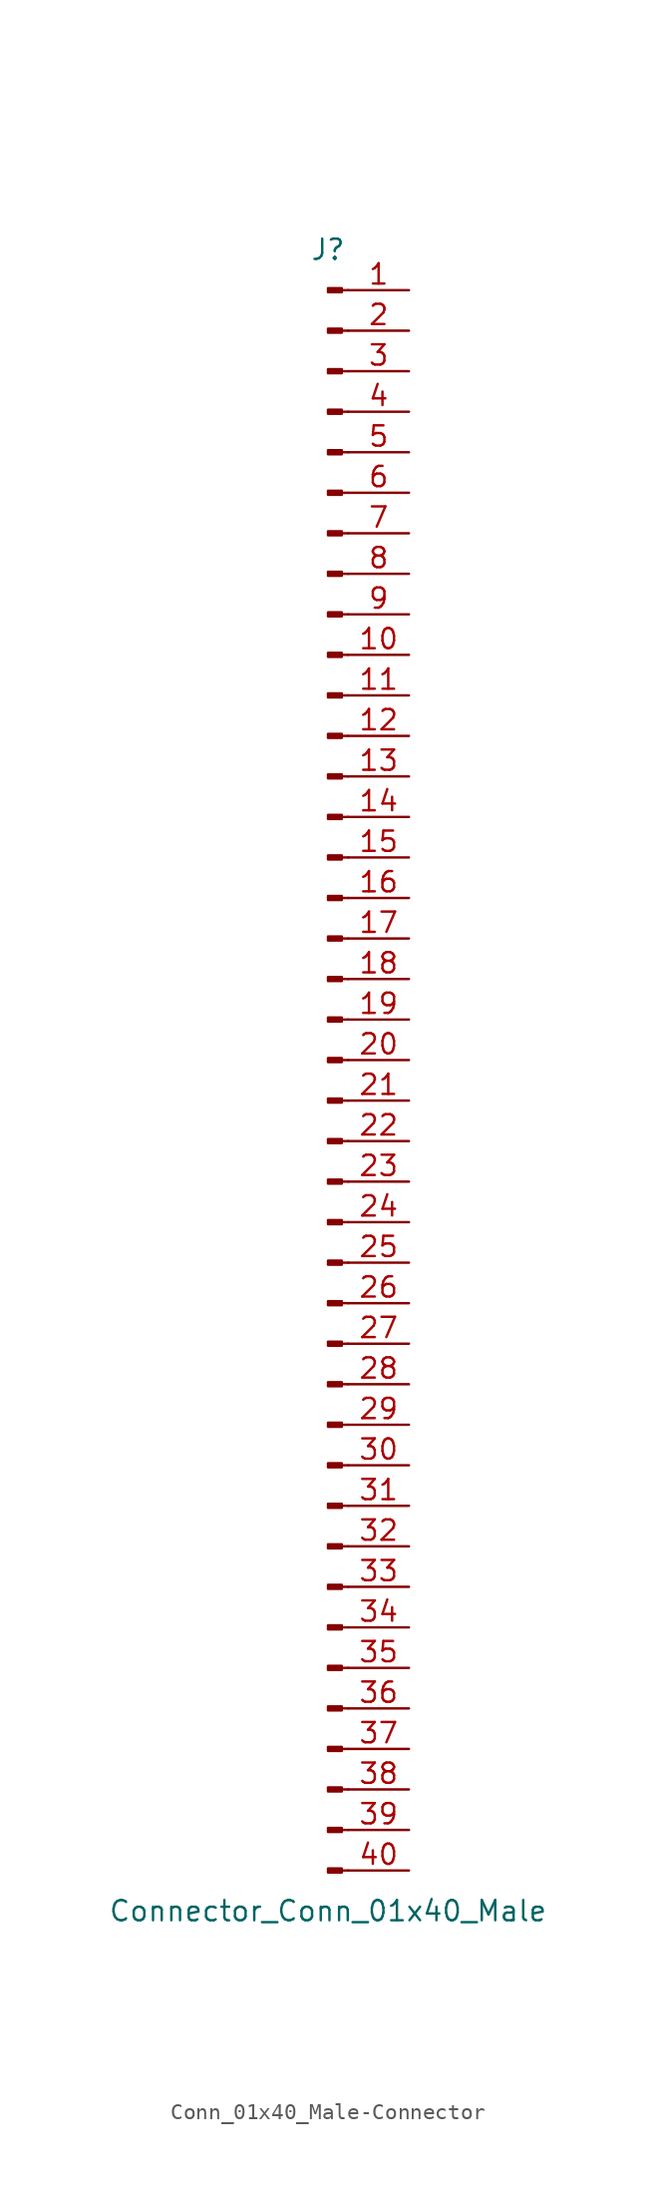
<source format=kicad_sym>
(kicad_symbol_lib
  (version 20231120)
  (generator "kicad_symbol_editor")
  (generator_version "8.0")
  (symbol "Conn_01x40_Male-Connector"
    (pin_names
      (offset 1.016) hide)
    (property "Reference" "J"
      (at 0 50.8 0)
      (effects (font (size 1.27 1.27))))
    (property "Value" "Connector_Conn_01x40_Male"
      (at 0 -53.34 0)
      (effects (font (size 1.27 1.27))))
    (symbol "Conn_01x40_Male-Connector_1_1"
      (polyline (pts (xy 1.27 -50.8) (xy 0.864 -50.8)) (stroke (width 0.152) (type solid)) (fill (type none)))
      (polyline (pts (xy 1.27 -48.26) (xy 0.864 -48.26)) (stroke (width 0.152) (type solid)) (fill (type none)))
      (polyline (pts (xy 1.27 -45.72) (xy 0.864 -45.72)) (stroke (width 0.152) (type solid)) (fill (type none)))
      (polyline (pts (xy 1.27 -43.18) (xy 0.864 -43.18)) (stroke (width 0.152) (type solid)) (fill (type none)))
      (polyline (pts (xy 1.27 -40.64) (xy 0.864 -40.64)) (stroke (width 0.152) (type solid)) (fill (type none)))
      (polyline (pts (xy 1.27 -38.1) (xy 0.864 -38.1)) (stroke (width 0.152) (type solid)) (fill (type none)))
      (polyline (pts (xy 1.27 -35.56) (xy 0.864 -35.56)) (stroke (width 0.152) (type solid)) (fill (type none)))
      (polyline (pts (xy 1.27 -33.02) (xy 0.864 -33.02)) (stroke (width 0.152) (type solid)) (fill (type none)))
      (polyline (pts (xy 1.27 -30.48) (xy 0.864 -30.48)) (stroke (width 0.152) (type solid)) (fill (type none)))
      (polyline (pts (xy 1.27 -27.94) (xy 0.864 -27.94)) (stroke (width 0.152) (type solid)) (fill (type none)))
      (polyline (pts (xy 1.27 -25.4) (xy 0.864 -25.4)) (stroke (width 0.152) (type solid)) (fill (type none)))
      (polyline (pts (xy 1.27 -22.86) (xy 0.864 -22.86)) (stroke (width 0.152) (type solid)) (fill (type none)))
      (polyline (pts (xy 1.27 -20.32) (xy 0.864 -20.32)) (stroke (width 0.152) (type solid)) (fill (type none)))
      (polyline (pts (xy 1.27 -17.78) (xy 0.864 -17.78)) (stroke (width 0.152) (type solid)) (fill (type none)))
      (polyline (pts (xy 1.27 -15.24) (xy 0.864 -15.24)) (stroke (width 0.152) (type solid)) (fill (type none)))
      (polyline (pts (xy 1.27 -12.7) (xy 0.864 -12.7)) (stroke (width 0.152) (type solid)) (fill (type none)))
      (polyline (pts (xy 1.27 -10.16) (xy 0.864 -10.16)) (stroke (width 0.152) (type solid)) (fill (type none)))
      (polyline (pts (xy 1.27 -7.62) (xy 0.864 -7.62)) (stroke (width 0.152) (type solid)) (fill (type none)))
      (polyline (pts (xy 1.27 -5.08) (xy 0.864 -5.08)) (stroke (width 0.152) (type solid)) (fill (type none)))
      (polyline (pts (xy 1.27 -2.54) (xy 0.864 -2.54)) (stroke (width 0.152) (type solid)) (fill (type none)))
      (polyline (pts (xy 1.27 0) (xy 0.864 0)) (stroke (width 0.152) (type solid)) (fill (type none)))
      (polyline (pts (xy 1.27 2.54) (xy 0.864 2.54)) (stroke (width 0.152) (type solid)) (fill (type none)))
      (polyline (pts (xy 1.27 5.08) (xy 0.864 5.08)) (stroke (width 0.152) (type solid)) (fill (type none)))
      (polyline (pts (xy 1.27 7.62) (xy 0.864 7.62)) (stroke (width 0.152) (type solid)) (fill (type none)))
      (polyline (pts (xy 1.27 10.16) (xy 0.864 10.16)) (stroke (width 0.152) (type solid)) (fill (type none)))
      (polyline (pts (xy 1.27 12.7) (xy 0.864 12.7)) (stroke (width 0.152) (type solid)) (fill (type none)))
      (polyline (pts (xy 1.27 15.24) (xy 0.864 15.24)) (stroke (width 0.152) (type solid)) (fill (type none)))
      (polyline (pts (xy 1.27 17.78) (xy 0.864 17.78)) (stroke (width 0.152) (type solid)) (fill (type none)))
      (polyline (pts (xy 1.27 20.32) (xy 0.864 20.32)) (stroke (width 0.152) (type solid)) (fill (type none)))
      (polyline (pts (xy 1.27 22.86) (xy 0.864 22.86)) (stroke (width 0.152) (type solid)) (fill (type none)))
      (polyline (pts (xy 1.27 25.4) (xy 0.864 25.4)) (stroke (width 0.152) (type solid)) (fill (type none)))
      (polyline (pts (xy 1.27 27.94) (xy 0.864 27.94)) (stroke (width 0.152) (type solid)) (fill (type none)))
      (polyline (pts (xy 1.27 30.48) (xy 0.864 30.48)) (stroke (width 0.152) (type solid)) (fill (type none)))
      (polyline (pts (xy 1.27 33.02) (xy 0.864 33.02)) (stroke (width 0.152) (type solid)) (fill (type none)))
      (polyline (pts (xy 1.27 35.56) (xy 0.864 35.56)) (stroke (width 0.152) (type solid)) (fill (type none)))
      (polyline (pts (xy 1.27 38.1) (xy 0.864 38.1)) (stroke (width 0.152) (type solid)) (fill (type none)))
      (polyline (pts (xy 1.27 40.64) (xy 0.864 40.64)) (stroke (width 0.152) (type solid)) (fill (type none)))
      (polyline (pts (xy 1.27 43.18) (xy 0.864 43.18)) (stroke (width 0.152) (type solid)) (fill (type none)))
      (polyline (pts (xy 1.27 45.72) (xy 0.864 45.72)) (stroke (width 0.152) (type solid)) (fill (type none)))
      (polyline (pts (xy 1.27 48.26) (xy 0.864 48.26)) (stroke (width 0.152) (type solid)) (fill (type none)))
      (rectangle (start 0.864 -50.673) (end 0 -50.927) (stroke (width 0.152) (type solid)) (fill (type outline)))
      (rectangle (start 0.864 -48.133) (end 0 -48.387) (stroke (width 0.152) (type solid)) (fill (type outline)))
      (rectangle (start 0.864 -45.593) (end 0 -45.847) (stroke (width 0.152) (type solid)) (fill (type outline)))
      (rectangle (start 0.864 -43.053) (end 0 -43.307) (stroke (width 0.152) (type solid)) (fill (type outline)))
      (rectangle (start 0.864 -40.513) (end 0 -40.767) (stroke (width 0.152) (type solid)) (fill (type outline)))
      (rectangle (start 0.864 -37.973) (end 0 -38.227) (stroke (width 0.152) (type solid)) (fill (type outline)))
      (rectangle (start 0.864 -35.433) (end 0 -35.687) (stroke (width 0.152) (type solid)) (fill (type outline)))
      (rectangle (start 0.864 -32.893) (end 0 -33.147) (stroke (width 0.152) (type solid)) (fill (type outline)))
      (rectangle (start 0.864 -30.353) (end 0 -30.607) (stroke (width 0.152) (type solid)) (fill (type outline)))
      (rectangle (start 0.864 -27.813) (end 0 -28.067) (stroke (width 0.152) (type solid)) (fill (type outline)))
      (rectangle (start 0.864 -25.273) (end 0 -25.527) (stroke (width 0.152) (type solid)) (fill (type outline)))
      (rectangle (start 0.864 -22.733) (end 0 -22.987) (stroke (width 0.152) (type solid)) (fill (type outline)))
      (rectangle (start 0.864 -20.193) (end 0 -20.447) (stroke (width 0.152) (type solid)) (fill (type outline)))
      (rectangle (start 0.864 -17.653) (end 0 -17.907) (stroke (width 0.152) (type solid)) (fill (type outline)))
      (rectangle (start 0.864 -15.113) (end 0 -15.367) (stroke (width 0.152) (type solid)) (fill (type outline)))
      (rectangle (start 0.864 -12.573) (end 0 -12.827) (stroke (width 0.152) (type solid)) (fill (type outline)))
      (rectangle (start 0.864 -10.033) (end 0 -10.287) (stroke (width 0.152) (type solid)) (fill (type outline)))
      (rectangle (start 0.864 -7.493) (end 0 -7.747) (stroke (width 0.152) (type solid)) (fill (type outline)))
      (rectangle (start 0.864 -4.953) (end 0 -5.207) (stroke (width 0.152) (type solid)) (fill (type outline)))
      (rectangle (start 0.864 -2.413) (end 0 -2.667) (stroke (width 0.152) (type solid)) (fill (type outline)))
      (rectangle (start 0.864 0.127) (end 0 -0.127) (stroke (width 0.152) (type solid)) (fill (type outline)))
      (rectangle (start 0.864 2.667) (end 0 2.413) (stroke (width 0.152) (type solid)) (fill (type outline)))
      (rectangle (start 0.864 5.207) (end 0 4.953) (stroke (width 0.152) (type solid)) (fill (type outline)))
      (rectangle (start 0.864 7.747) (end 0 7.493) (stroke (width 0.152) (type solid)) (fill (type outline)))
      (rectangle (start 0.864 10.287) (end 0 10.033) (stroke (width 0.152) (type solid)) (fill (type outline)))
      (rectangle (start 0.864 12.827) (end 0 12.573) (stroke (width 0.152) (type solid)) (fill (type outline)))
      (rectangle (start 0.864 15.367) (end 0 15.113) (stroke (width 0.152) (type solid)) (fill (type outline)))
      (rectangle (start 0.864 17.907) (end 0 17.653) (stroke (width 0.152) (type solid)) (fill (type outline)))
      (rectangle (start 0.864 20.447) (end 0 20.193) (stroke (width 0.152) (type solid)) (fill (type outline)))
      (rectangle (start 0.864 22.987) (end 0 22.733) (stroke (width 0.152) (type solid)) (fill (type outline)))
      (rectangle (start 0.864 25.527) (end 0 25.273) (stroke (width 0.152) (type solid)) (fill (type outline)))
      (rectangle (start 0.864 28.067) (end 0 27.813) (stroke (width 0.152) (type solid)) (fill (type outline)))
      (rectangle (start 0.864 30.607) (end 0 30.353) (stroke (width 0.152) (type solid)) (fill (type outline)))
      (rectangle (start 0.864 33.147) (end 0 32.893) (stroke (width 0.152) (type solid)) (fill (type outline)))
      (rectangle (start 0.864 35.687) (end 0 35.433) (stroke (width 0.152) (type solid)) (fill (type outline)))
      (rectangle (start 0.864 38.227) (end 0 37.973) (stroke (width 0.152) (type solid)) (fill (type outline)))
      (rectangle (start 0.864 40.767) (end 0 40.513) (stroke (width 0.152) (type solid)) (fill (type outline)))
      (rectangle (start 0.864 43.307) (end 0 43.053) (stroke (width 0.152) (type solid)) (fill (type outline)))
      (rectangle (start 0.864 45.847) (end 0 45.593) (stroke (width 0.152) (type solid)) (fill (type outline)))
      (rectangle (start 0.864 48.387) (end 0 48.133) (stroke (width 0.152) (type solid)) (fill (type outline)))
      (pin passive line (at 5.08 48.26 180) (length 3.81) (name "Pin_1" (effects (font (size 1.27 1.27)))) (number "1" (effects (font (size 1.27 1.27)))))
      (pin passive line (at 5.08 25.4 180) (length 3.81) (name "Pin_10" (effects (font (size 1.27 1.27)))) (number "10" (effects (font (size 1.27 1.27)))))
      (pin passive line (at 5.08 22.86 180) (length 3.81) (name "Pin_11" (effects (font (size 1.27 1.27)))) (number "11" (effects (font (size 1.27 1.27)))))
      (pin passive line (at 5.08 20.32 180) (length 3.81) (name "Pin_12" (effects (font (size 1.27 1.27)))) (number "12" (effects (font (size 1.27 1.27)))))
      (pin passive line (at 5.08 17.78 180) (length 3.81) (name "Pin_13" (effects (font (size 1.27 1.27)))) (number "13" (effects (font (size 1.27 1.27)))))
      (pin passive line (at 5.08 15.24 180) (length 3.81) (name "Pin_14" (effects (font (size 1.27 1.27)))) (number "14" (effects (font (size 1.27 1.27)))))
      (pin passive line (at 5.08 12.7 180) (length 3.81) (name "Pin_15" (effects (font (size 1.27 1.27)))) (number "15" (effects (font (size 1.27 1.27)))))
      (pin passive line (at 5.08 10.16 180) (length 3.81) (name "Pin_16" (effects (font (size 1.27 1.27)))) (number "16" (effects (font (size 1.27 1.27)))))
      (pin passive line (at 5.08 7.62 180) (length 3.81) (name "Pin_17" (effects (font (size 1.27 1.27)))) (number "17" (effects (font (size 1.27 1.27)))))
      (pin passive line (at 5.08 5.08 180) (length 3.81) (name "Pin_18" (effects (font (size 1.27 1.27)))) (number "18" (effects (font (size 1.27 1.27)))))
      (pin passive line (at 5.08 2.54 180) (length 3.81) (name "Pin_19" (effects (font (size 1.27 1.27)))) (number "19" (effects (font (size 1.27 1.27)))))
      (pin passive line (at 5.08 45.72 180) (length 3.81) (name "Pin_2" (effects (font (size 1.27 1.27)))) (number "2" (effects (font (size 1.27 1.27)))))
      (pin passive line (at 5.08 0 180) (length 3.81) (name "Pin_20" (effects (font (size 1.27 1.27)))) (number "20" (effects (font (size 1.27 1.27)))))
      (pin passive line (at 5.08 -2.54 180) (length 3.81) (name "Pin_21" (effects (font (size 1.27 1.27)))) (number "21" (effects (font (size 1.27 1.27)))))
      (pin passive line (at 5.08 -5.08 180) (length 3.81) (name "Pin_22" (effects (font (size 1.27 1.27)))) (number "22" (effects (font (size 1.27 1.27)))))
      (pin passive line (at 5.08 -7.62 180) (length 3.81) (name "Pin_23" (effects (font (size 1.27 1.27)))) (number "23" (effects (font (size 1.27 1.27)))))
      (pin passive line (at 5.08 -10.16 180) (length 3.81) (name "Pin_24" (effects (font (size 1.27 1.27)))) (number "24" (effects (font (size 1.27 1.27)))))
      (pin passive line (at 5.08 -12.7 180) (length 3.81) (name "Pin_25" (effects (font (size 1.27 1.27)))) (number "25" (effects (font (size 1.27 1.27)))))
      (pin passive line (at 5.08 -15.24 180) (length 3.81) (name "Pin_26" (effects (font (size 1.27 1.27)))) (number "26" (effects (font (size 1.27 1.27)))))
      (pin passive line (at 5.08 -17.78 180) (length 3.81) (name "Pin_27" (effects (font (size 1.27 1.27)))) (number "27" (effects (font (size 1.27 1.27)))))
      (pin passive line (at 5.08 -20.32 180) (length 3.81) (name "Pin_28" (effects (font (size 1.27 1.27)))) (number "28" (effects (font (size 1.27 1.27)))))
      (pin passive line (at 5.08 -22.86 180) (length 3.81) (name "Pin_29" (effects (font (size 1.27 1.27)))) (number "29" (effects (font (size 1.27 1.27)))))
      (pin passive line (at 5.08 43.18 180) (length 3.81) (name "Pin_3" (effects (font (size 1.27 1.27)))) (number "3" (effects (font (size 1.27 1.27)))))
      (pin passive line (at 5.08 -25.4 180) (length 3.81) (name "Pin_30" (effects (font (size 1.27 1.27)))) (number "30" (effects (font (size 1.27 1.27)))))
      (pin passive line (at 5.08 -27.94 180) (length 3.81) (name "Pin_31" (effects (font (size 1.27 1.27)))) (number "31" (effects (font (size 1.27 1.27)))))
      (pin passive line (at 5.08 -30.48 180) (length 3.81) (name "Pin_32" (effects (font (size 1.27 1.27)))) (number "32" (effects (font (size 1.27 1.27)))))
      (pin passive line (at 5.08 -33.02 180) (length 3.81) (name "Pin_33" (effects (font (size 1.27 1.27)))) (number "33" (effects (font (size 1.27 1.27)))))
      (pin passive line (at 5.08 -35.56 180) (length 3.81) (name "Pin_34" (effects (font (size 1.27 1.27)))) (number "34" (effects (font (size 1.27 1.27)))))
      (pin passive line (at 5.08 -38.1 180) (length 3.81) (name "Pin_35" (effects (font (size 1.27 1.27)))) (number "35" (effects (font (size 1.27 1.27)))))
      (pin passive line (at 5.08 -40.64 180) (length 3.81) (name "Pin_36" (effects (font (size 1.27 1.27)))) (number "36" (effects (font (size 1.27 1.27)))))
      (pin passive line (at 5.08 -43.18 180) (length 3.81) (name "Pin_37" (effects (font (size 1.27 1.27)))) (number "37" (effects (font (size 1.27 1.27)))))
      (pin passive line (at 5.08 -45.72 180) (length 3.81) (name "Pin_38" (effects (font (size 1.27 1.27)))) (number "38" (effects (font (size 1.27 1.27)))))
      (pin passive line (at 5.08 -48.26 180) (length 3.81) (name "Pin_39" (effects (font (size 1.27 1.27)))) (number "39" (effects (font (size 1.27 1.27)))))
      (pin passive line (at 5.08 40.64 180) (length 3.81) (name "Pin_4" (effects (font (size 1.27 1.27)))) (number "4" (effects (font (size 1.27 1.27)))))
      (pin passive line (at 5.08 -50.8 180) (length 3.81) (name "Pin_40" (effects (font (size 1.27 1.27)))) (number "40" (effects (font (size 1.27 1.27)))))
      (pin passive line (at 5.08 38.1 180) (length 3.81) (name "Pin_5" (effects (font (size 1.27 1.27)))) (number "5" (effects (font (size 1.27 1.27)))))
      (pin passive line (at 5.08 35.56 180) (length 3.81) (name "Pin_6" (effects (font (size 1.27 1.27)))) (number "6" (effects (font (size 1.27 1.27)))))
      (pin passive line (at 5.08 33.02 180) (length 3.81) (name "Pin_7" (effects (font (size 1.27 1.27)))) (number "7" (effects (font (size 1.27 1.27)))))
      (pin passive line (at 5.08 30.48 180) (length 3.81) (name "Pin_8" (effects (font (size 1.27 1.27)))) (number "8" (effects (font (size 1.27 1.27)))))
      (pin passive line (at 5.08 27.94 180) (length 3.81) (name "Pin_9" (effects (font (size 1.27 1.27)))) (number "9" (effects (font (size 1.27 1.27))))))))
</source>
